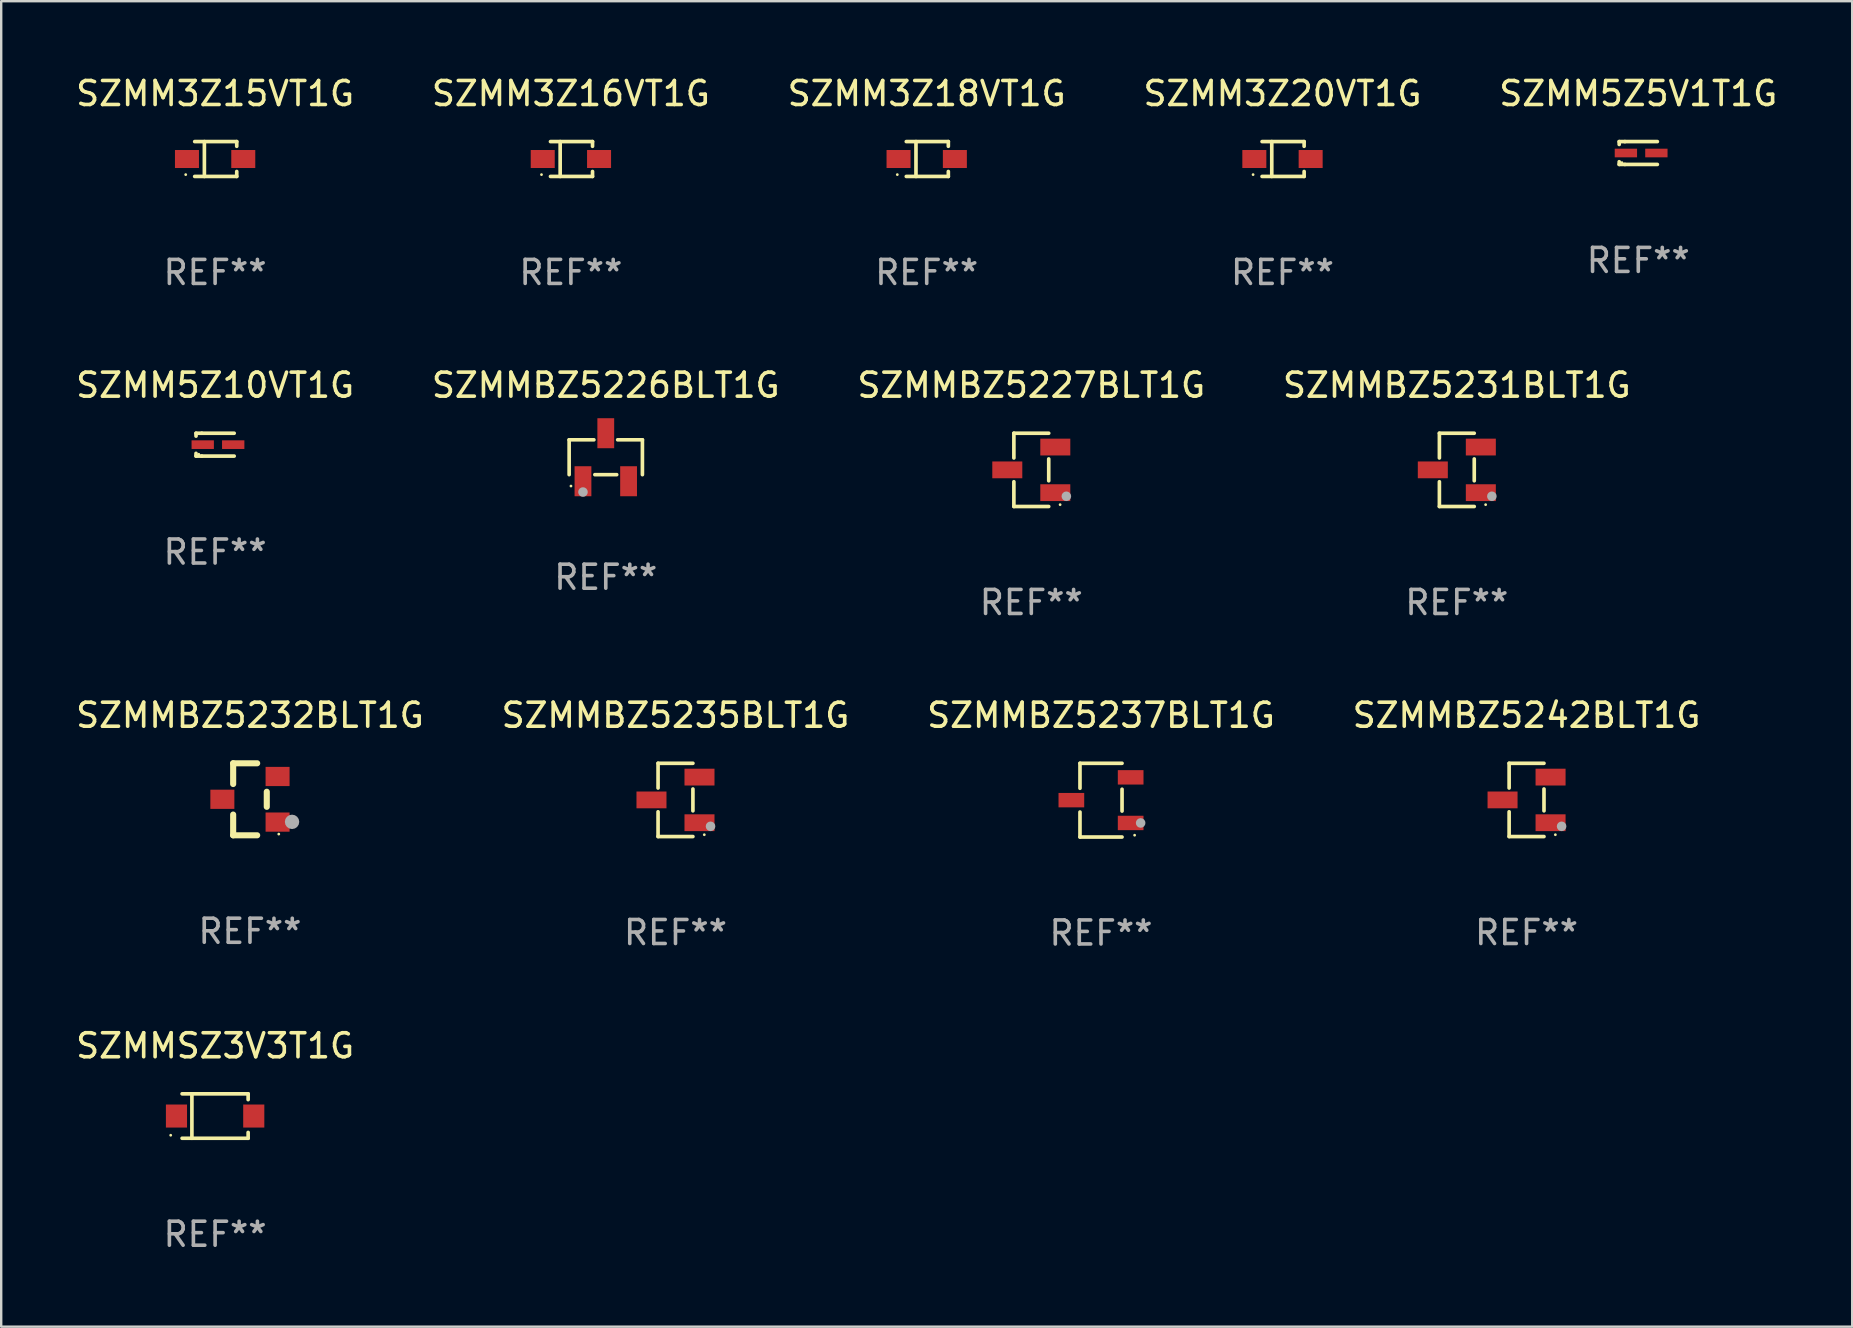
<source format=kicad_pcb>
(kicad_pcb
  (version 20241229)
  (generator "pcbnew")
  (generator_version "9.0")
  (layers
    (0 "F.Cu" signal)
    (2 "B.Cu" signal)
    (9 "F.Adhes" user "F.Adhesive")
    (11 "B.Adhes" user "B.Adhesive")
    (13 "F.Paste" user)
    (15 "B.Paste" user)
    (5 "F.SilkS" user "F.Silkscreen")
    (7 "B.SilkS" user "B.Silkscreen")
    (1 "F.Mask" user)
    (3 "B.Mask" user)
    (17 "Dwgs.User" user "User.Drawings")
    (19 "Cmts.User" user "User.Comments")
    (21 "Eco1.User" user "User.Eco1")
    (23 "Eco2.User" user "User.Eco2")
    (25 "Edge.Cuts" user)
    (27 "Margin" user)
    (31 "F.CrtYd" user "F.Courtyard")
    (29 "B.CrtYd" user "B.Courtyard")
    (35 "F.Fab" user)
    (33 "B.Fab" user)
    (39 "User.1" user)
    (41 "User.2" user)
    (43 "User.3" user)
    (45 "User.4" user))
  (footprint "SZMM3Z15VT1G"
    (layer "F.Cu")
    (at 5.911 3.574)
    (property "Reference" "SZMM3Z15VT1G" (at 0 -2.726 0) (layer "F.SilkS") (effects (font (size 1 1) (thickness 0.15))))
    (attr through_hole)
    (fp_line (start -0.851 -0.726) (end 0.901 -0.726) (stroke (width 0.152) (type solid)) (layer "F.SilkS"))
    (fp_line (start -0.851 0.726) (end 0.901 0.726) (stroke (width 0.152) (type solid)) (layer "F.SilkS"))
    (fp_line (start -0.447 -0.726) (end -0.447 0.726) (stroke (width 0.152) (type solid)) (layer "F.SilkS"))
    (fp_line (start 0.901 -0.726) (end 0.901 -0.53) (stroke (width 0.152) (type solid)) (layer "F.SilkS"))
    (fp_line (start 0.901 0.726) (end 0.901 0.52) (stroke (width 0.152) (type solid)) (layer "F.SilkS"))
    (fp_circle (center -1.225 0.65) (end -1.195 0.65) (stroke (width 0.06) (type solid)) (fill no) (layer "F.SilkS"))
    (fp_text user "REF**" (at 0 4.726 0) (layer "F.Fab") (effects (font (size 1 1) (thickness 0.15))))
    (pad "1" smd rect (at -1.173 0) (size 1 0.75) (layers "F.Cu" "F.Mask" "F.Paste"))
    (pad "2" smd rect (at 1.173 0) (size 1 0.75) (layers "F.Cu" "F.Mask" "F.Paste")))
  (footprint "SZMMBZ5226BLT1G"
    (layer "F.Cu")
    (at 22.185 15.997)
    (property "Reference" "SZMMBZ5226BLT1G" (at 0 -3 0) (layer "F.SilkS") (effects (font (size 1 1) (thickness 0.15))))
    (attr through_hole)
    (fp_line (start -1.526 -0.726) (end -0.495 -0.726) (stroke (width 0.152) (type solid)) (layer "F.SilkS"))
    (fp_line (start -1.526 0.726) (end -1.526 -0.726) (stroke (width 0.152) (type solid)) (layer "F.SilkS"))
    (fp_line (start 0.455 0.726) (end -0.455 0.726) (stroke (width 0.152) (type solid)) (layer "F.SilkS"))
    (fp_line (start 1.526 -0.726) (end 0.495 -0.726) (stroke (width 0.152) (type solid)) (layer "F.SilkS"))
    (fp_line (start 1.526 0.726) (end 1.526 -0.726) (stroke (width 0.152) (type solid)) (layer "F.SilkS"))
    (fp_circle (center -1.45 1.2) (end -1.42 1.2) (stroke (width 0.06) (type solid)) (fill no) (layer "F.SilkS"))
    (fp_circle (center -0.95 1.45) (end -0.85 1.45) (stroke (width 0.2) (type solid)) (fill no) (layer "F.Fab"))
    (fp_text user "REF**" (at 0 5 0) (layer "F.Fab") (effects (font (size 1 1) (thickness 0.15))))
    (pad "1" smd rect (at -0.95 1 270) (size 1.25 0.7) (layers "F.Cu" "F.Mask" "F.Paste"))
    (pad "2" smd rect (at 0.95 1 270) (size 1.25 0.7) (layers "F.Cu" "F.Mask" "F.Paste"))
    (pad "3" smd rect (at 0 -1 270) (size 1.25 0.7) (layers "F.Cu" "F.Mask" "F.Paste")))
  (footprint "SZMMBZ5242BLT1G"
    (layer "F.Cu")
    (at 60.542 30.272)
    (property "Reference" "SZMMBZ5242BLT1G" (at 0 -3.526 0) (layer "F.SilkS") (effects (font (size 1 1) (thickness 0.15))))
    (attr through_hole)
    (fp_line (start -0.726 -1.526) (end -0.726 -0.495) (stroke (width 0.152) (type solid)) (layer "F.SilkS"))
    (fp_line (start -0.726 1.526) (end -0.726 0.495) (stroke (width 0.152) (type solid)) (layer "F.SilkS"))
    (fp_line (start 0.726 -1.526) (end -0.726 -1.526) (stroke (width 0.152) (type solid)) (layer "F.SilkS"))
    (fp_line (start 0.726 -0.455) (end 0.726 0.455) (stroke (width 0.152) (type solid)) (layer "F.SilkS"))
    (fp_line (start 0.726 1.526) (end -0.726 1.526) (stroke (width 0.152) (type solid)) (layer "F.SilkS"))
    (fp_circle (center 1.2 1.45) (end 1.23 1.45) (stroke (width 0.06) (type solid)) (fill no) (layer "F.SilkS"))
    (fp_circle (center 1.46 1.1) (end 1.56 1.1) (stroke (width 0.2) (type solid)) (fill no) (layer "F.Fab"))
    (fp_text user "REF**" (at 0 5.526 0) (layer "F.Fab") (effects (font (size 1 1) (thickness 0.15))))
    (pad "1" smd rect (at 1 0.95) (size 1.25 0.7) (layers "F.Cu" "F.Mask" "F.Paste"))
    (pad "2" smd rect (at 1 -0.95) (size 1.25 0.7) (layers "F.Cu" "F.Mask" "F.Paste"))
    (pad "3" smd rect (at -1 0) (size 1.25 0.7) (layers "F.Cu" "F.Mask" "F.Paste")))
  (footprint "SZMMBZ5227BLT1G"
    (layer "F.Cu")
    (at 39.911 16.523)
    (property "Reference" "SZMMBZ5227BLT1G" (at 0 -3.526 0) (layer "F.SilkS") (effects (font (size 1 1) (thickness 0.15))))
    (attr through_hole)
    (fp_line (start -0.726 -1.526) (end -0.726 -0.495) (stroke (width 0.152) (type solid)) (layer "F.SilkS"))
    (fp_line (start -0.726 1.526) (end -0.726 0.495) (stroke (width 0.152) (type solid)) (layer "F.SilkS"))
    (fp_line (start 0.726 -1.526) (end -0.726 -1.526) (stroke (width 0.152) (type solid)) (layer "F.SilkS"))
    (fp_line (start 0.726 -0.455) (end 0.726 0.455) (stroke (width 0.152) (type solid)) (layer "F.SilkS"))
    (fp_line (start 0.726 1.526) (end -0.726 1.526) (stroke (width 0.152) (type solid)) (layer "F.SilkS"))
    (fp_circle (center 1.2 1.45) (end 1.23 1.45) (stroke (width 0.06) (type solid)) (fill no) (layer "F.SilkS"))
    (fp_circle (center 1.46 1.1) (end 1.56 1.1) (stroke (width 0.2) (type solid)) (fill no) (layer "F.Fab"))
    (fp_text user "REF**" (at 0 5.526 0) (layer "F.Fab") (effects (font (size 1 1) (thickness 0.15))))
    (pad "1" smd rect (at 1 0.95) (size 1.25 0.7) (layers "F.Cu" "F.Mask" "F.Paste"))
    (pad "2" smd rect (at 1 -0.95) (size 1.25 0.7) (layers "F.Cu" "F.Mask" "F.Paste"))
    (pad "3" smd rect (at -1 0) (size 1.25 0.7) (layers "F.Cu" "F.Mask" "F.Paste")))
  (footprint "SZMMBZ5231BLT1G"
    (layer "F.Cu")
    (at 57.637 16.523)
    (property "Reference" "SZMMBZ5231BLT1G" (at 0 -3.526 0) (layer "F.SilkS") (effects (font (size 1 1) (thickness 0.15))))
    (attr through_hole)
    (fp_line (start -0.726 -1.526) (end -0.726 -0.495) (stroke (width 0.152) (type solid)) (layer "F.SilkS"))
    (fp_line (start -0.726 1.526) (end -0.726 0.495) (stroke (width 0.152) (type solid)) (layer "F.SilkS"))
    (fp_line (start 0.726 -1.526) (end -0.726 -1.526) (stroke (width 0.152) (type solid)) (layer "F.SilkS"))
    (fp_line (start 0.726 -0.455) (end 0.726 0.455) (stroke (width 0.152) (type solid)) (layer "F.SilkS"))
    (fp_line (start 0.726 1.526) (end -0.726 1.526) (stroke (width 0.152) (type solid)) (layer "F.SilkS"))
    (fp_circle (center 1.2 1.45) (end 1.23 1.45) (stroke (width 0.06) (type solid)) (fill no) (layer "F.SilkS"))
    (fp_circle (center 1.46 1.1) (end 1.56 1.1) (stroke (width 0.2) (type solid)) (fill no) (layer "F.Fab"))
    (fp_text user "REF**" (at 0 5.526 0) (layer "F.Fab") (effects (font (size 1 1) (thickness 0.15))))
    (pad "1" smd rect (at 1 0.95) (size 1.25 0.7) (layers "F.Cu" "F.Mask" "F.Paste"))
    (pad "2" smd rect (at 1 -0.95) (size 1.25 0.7) (layers "F.Cu" "F.Mask" "F.Paste"))
    (pad "3" smd rect (at -1 0) (size 1.25 0.7) (layers "F.Cu" "F.Mask" "F.Paste")))
  (footprint "SZMM5Z5V1T1G"
    (layer "F.Cu")
    (at 65.196 3.324)
    (property "Reference" "SZMM5Z5V1T1G" (at 0 -2.476 0) (layer "F.SilkS") (effects (font (size 1 1) (thickness 0.15))))
    (attr through_hole)
    (fp_line (start -0.795 -0.476) (end -0.795 -0.356) (stroke (width 0.152) (type solid)) (layer "F.SilkS"))
    (fp_line (start -0.795 0.363) (end -0.795 0.476) (stroke (width 0.152) (type solid)) (layer "F.SilkS"))
    (fp_line (start -0.795 0.476) (end -0.557 0.476) (stroke (width 0.152) (type solid)) (layer "F.SilkS"))
    (fp_line (start -0.557 -0.476) (end -0.795 -0.476) (stroke (width 0.152) (type solid)) (layer "F.SilkS"))
    (fp_line (start -0.557 -0.476) (end 0.795 -0.476) (stroke (width 0.152) (type solid)) (layer "F.SilkS"))
    (fp_line (start -0.557 0.476) (end 0.795 0.476) (stroke (width 0.152) (type solid)) (layer "F.SilkS"))
    (fp_circle (center -0.681 0.4) (end -0.651 0.4) (stroke (width 0.06) (type solid)) (fill no) (layer "F.SilkS"))
    (fp_text user "REF**" (at 0 4.476 0) (layer "F.Fab") (effects (font (size 1 1) (thickness 0.15))))
    (pad "1" smd rect (at -0.516 0 180) (size 0.93 0.36) (layers "F.Cu" "F.Mask" "F.Paste"))
    (pad "2" smd rect (at 0.754 0 180) (size 0.93 0.36) (layers "F.Cu" "F.Mask" "F.Paste")))
  (footprint "SZMM3Z16VT1G"
    (layer "F.Cu")
    (at 20.732 3.574)
    (property "Reference" "SZMM3Z16VT1G" (at 0 -2.726 0) (layer "F.SilkS") (effects (font (size 1 1) (thickness 0.15))))
    (attr through_hole)
    (fp_line (start -0.851 -0.726) (end 0.901 -0.726) (stroke (width 0.152) (type solid)) (layer "F.SilkS"))
    (fp_line (start -0.851 0.726) (end 0.901 0.726) (stroke (width 0.152) (type solid)) (layer "F.SilkS"))
    (fp_line (start -0.447 -0.726) (end -0.447 0.726) (stroke (width 0.152) (type solid)) (layer "F.SilkS"))
    (fp_line (start 0.901 -0.726) (end 0.901 -0.53) (stroke (width 0.152) (type solid)) (layer "F.SilkS"))
    (fp_line (start 0.901 0.726) (end 0.901 0.52) (stroke (width 0.152) (type solid)) (layer "F.SilkS"))
    (fp_circle (center -1.225 0.65) (end -1.195 0.65) (stroke (width 0.06) (type solid)) (fill no) (layer "F.SilkS"))
    (fp_text user "REF**" (at 0 4.726 0) (layer "F.Fab") (effects (font (size 1 1) (thickness 0.15))))
    (pad "1" smd rect (at -1.173 0) (size 1 0.75) (layers "F.Cu" "F.Mask" "F.Paste"))
    (pad "2" smd rect (at 1.173 0) (size 1 0.75) (layers "F.Cu" "F.Mask" "F.Paste")))
  (footprint "SZMMBZ5232BLT1G"
    (layer "F.Cu")
    (at 7.363 30.246)
    (property "Reference" "SZMMBZ5232BLT1G" (at 0 -3.5 0) (layer "F.SilkS") (effects (font (size 1 1) (thickness 0.15))))
    (attr through_hole)
    (fp_line (start -0.7 -1.5) (end 0.3 -1.5) (stroke (width 0.254) (type solid)) (layer "F.SilkS"))
    (fp_line (start -0.7 -0.636) (end -0.7 -1.5) (stroke (width 0.254) (type solid)) (layer "F.SilkS"))
    (fp_line (start -0.7 1.5) (end -0.7 0.636) (stroke (width 0.254) (type solid)) (layer "F.SilkS"))
    (fp_line (start -0.7 1.5) (end 0.3 1.5) (stroke (width 0.254) (type solid)) (layer "F.SilkS"))
    (fp_line (start 0.7 0.314) (end 0.7 -0.314) (stroke (width 0.254) (type solid)) (layer "F.SilkS"))
    (fp_circle (center 1.2 1.45) (end 1.23 1.45) (stroke (width 0.06) (type solid)) (fill no) (layer "F.SilkS"))
    (fp_circle (center 1.753 0.94) (end 1.903 0.94) (stroke (width 0.3) (type solid)) (fill no) (layer "F.Fab"))
    (fp_text user "REF**" (at 0 5.5 0) (layer "F.Fab") (effects (font (size 1 1) (thickness 0.15))))
    (pad "1" smd rect (at 1.15 0.95 180) (size 1 0.8) (layers "F.Cu" "F.Mask" "F.Paste"))
    (pad "2" smd rect (at 1.15 -0.95 180) (size 1 0.8) (layers "F.Cu" "F.Mask" "F.Paste"))
    (pad "3" smd rect (at -1.15 -0.000051 180) (size 1 0.8) (layers "F.Cu" "F.Mask" "F.Paste")))
  (footprint "SZMMSZ3V3T1G"
    (layer "F.Cu")
    (at 5.911 43.441)
    (property "Reference" "SZMMSZ3V3T1G" (at 0 -2.926 0) (layer "F.SilkS") (effects (font (size 1 1) (thickness 0.15))))
    (attr through_hole)
    (fp_line (start -1.376 -0.926) (end 1.376 -0.926) (stroke (width 0.152) (type solid)) (layer "F.SilkS"))
    (fp_line (start -1.376 0.926) (end 1.376 0.926) (stroke (width 0.152) (type solid)) (layer "F.SilkS"))
    (fp_line (start -0.967 -0.926) (end -0.967 0.926) (stroke (width 0.152) (type solid)) (layer "F.SilkS"))
    (fp_line (start 1.376 -0.926) (end 1.376 -0.683) (stroke (width 0.152) (type solid)) (layer "F.SilkS"))
    (fp_line (start 1.376 0.926) (end 1.376 0.683) (stroke (width 0.152) (type solid)) (layer "F.SilkS"))
    (fp_circle (center -1.85 0.8) (end -1.82 0.8) (stroke (width 0.06) (type solid)) (fill no) (layer "F.SilkS"))
    (fp_text user "REF**" (at 0 4.926 0) (layer "F.Fab") (effects (font (size 1 1) (thickness 0.15))))
    (pad "1" smd rect (at -1.61 0) (size 0.88 0.96) (layers "F.Cu" "F.Mask" "F.Paste"))
    (pad "2" smd rect (at 1.61 0) (size 0.88 0.96) (layers "F.Cu" "F.Mask" "F.Paste")))
  (footprint "SZMMBZ5237BLT1G"
    (layer "F.Cu")
    (at 42.815 30.282)
    (property "Reference" "SZMMBZ5237BLT1G" (at 0 -3.536 0) (layer "F.SilkS") (effects (font (size 1 1) (thickness 0.15))))
    (attr through_hole)
    (fp_line (start -0.876 -1.536) (end -0.876 -0.495) (stroke (width 0.152) (type solid)) (layer "F.SilkS"))
    (fp_line (start -0.876 1.536) (end -0.876 0.495) (stroke (width 0.152) (type solid)) (layer "F.SilkS"))
    (fp_line (start 0.876 -1.536) (end -0.876 -1.536) (stroke (width 0.152) (type solid)) (layer "F.SilkS"))
    (fp_line (start 0.876 -0.455) (end 0.876 0.455) (stroke (width 0.152) (type solid)) (layer "F.SilkS"))
    (fp_line (start 0.876 1.536) (end -0.876 1.536) (stroke (width 0.152) (type solid)) (layer "F.SilkS"))
    (fp_circle (center 1.4 1.46) (end 1.43 1.46) (stroke (width 0.06) (type solid)) (fill no) (layer "F.SilkS"))
    (fp_circle (center 1.651 0.95) (end 1.751 0.95) (stroke (width 0.2) (type solid)) (fill no) (layer "F.Fab"))
    (fp_text user "REF**" (at 0 5.536 0) (layer "F.Fab") (effects (font (size 1 1) (thickness 0.15))))
    (pad "1" smd rect (at 1.235 0.95) (size 1.07 0.6) (layers "F.Cu" "F.Mask" "F.Paste"))
    (pad "2" smd rect (at 1.235 -0.95) (size 1.07 0.6) (layers "F.Cu" "F.Mask" "F.Paste"))
    (pad "3" smd rect (at -1.235 0) (size 1.07 0.6) (layers "F.Cu" "F.Mask" "F.Paste")))
  (footprint "SZMM3Z18VT1G"
    (layer "F.Cu")
    (at 35.554 3.574)
    (property "Reference" "SZMM3Z18VT1G" (at 0 -2.726 0) (layer "F.SilkS") (effects (font (size 1 1) (thickness 0.15))))
    (attr through_hole)
    (fp_line (start -0.851 -0.726) (end 0.901 -0.726) (stroke (width 0.152) (type solid)) (layer "F.SilkS"))
    (fp_line (start -0.851 0.726) (end 0.901 0.726) (stroke (width 0.152) (type solid)) (layer "F.SilkS"))
    (fp_line (start -0.447 -0.726) (end -0.447 0.726) (stroke (width 0.152) (type solid)) (layer "F.SilkS"))
    (fp_line (start 0.901 -0.726) (end 0.901 -0.53) (stroke (width 0.152) (type solid)) (layer "F.SilkS"))
    (fp_line (start 0.901 0.726) (end 0.901 0.52) (stroke (width 0.152) (type solid)) (layer "F.SilkS"))
    (fp_circle (center -1.225 0.65) (end -1.195 0.65) (stroke (width 0.06) (type solid)) (fill no) (layer "F.SilkS"))
    (fp_text user "REF**" (at 0 4.726 0) (layer "F.Fab") (effects (font (size 1 1) (thickness 0.15))))
    (pad "1" smd rect (at -1.173 0) (size 1 0.75) (layers "F.Cu" "F.Mask" "F.Paste"))
    (pad "2" smd rect (at 1.173 0) (size 1 0.75) (layers "F.Cu" "F.Mask" "F.Paste")))
  (footprint "SZMM3Z20VT1G"
    (layer "F.Cu")
    (at 50.375 3.574)
    (property "Reference" "SZMM3Z20VT1G" (at 0 -2.726 0) (layer "F.SilkS") (effects (font (size 1 1) (thickness 0.15))))
    (attr through_hole)
    (fp_line (start -0.851 -0.726) (end 0.901 -0.726) (stroke (width 0.152) (type solid)) (layer "F.SilkS"))
    (fp_line (start -0.851 0.726) (end 0.901 0.726) (stroke (width 0.152) (type solid)) (layer "F.SilkS"))
    (fp_line (start -0.447 -0.726) (end -0.447 0.726) (stroke (width 0.152) (type solid)) (layer "F.SilkS"))
    (fp_line (start 0.901 -0.726) (end 0.901 -0.53) (stroke (width 0.152) (type solid)) (layer "F.SilkS"))
    (fp_line (start 0.901 0.726) (end 0.901 0.52) (stroke (width 0.152) (type solid)) (layer "F.SilkS"))
    (fp_circle (center -1.225 0.65) (end -1.195 0.65) (stroke (width 0.06) (type solid)) (fill no) (layer "F.SilkS"))
    (fp_text user "REF**" (at 0 4.726 0) (layer "F.Fab") (effects (font (size 1 1) (thickness 0.15))))
    (pad "1" smd rect (at -1.173 0) (size 1 0.75) (layers "F.Cu" "F.Mask" "F.Paste"))
    (pad "2" smd rect (at 1.173 0) (size 1 0.75) (layers "F.Cu" "F.Mask" "F.Paste")))
  (footprint "SZMM5Z10VT1G"
    (layer "F.Cu")
    (at 5.911 15.473)
    (property "Reference" "SZMM5Z10VT1G" (at 0 -2.476 0) (layer "F.SilkS") (effects (font (size 1 1) (thickness 0.15))))
    (attr through_hole)
    (fp_line (start -0.795 -0.476) (end -0.795 -0.356) (stroke (width 0.152) (type solid)) (layer "F.SilkS"))
    (fp_line (start -0.795 0.363) (end -0.795 0.476) (stroke (width 0.152) (type solid)) (layer "F.SilkS"))
    (fp_line (start -0.795 0.476) (end -0.557 0.476) (stroke (width 0.152) (type solid)) (layer "F.SilkS"))
    (fp_line (start -0.557 -0.476) (end -0.795 -0.476) (stroke (width 0.152) (type solid)) (layer "F.SilkS"))
    (fp_line (start -0.557 -0.476) (end 0.795 -0.476) (stroke (width 0.152) (type solid)) (layer "F.SilkS"))
    (fp_line (start -0.557 0.476) (end 0.795 0.476) (stroke (width 0.152) (type solid)) (layer "F.SilkS"))
    (fp_circle (center -0.681 0.4) (end -0.651 0.4) (stroke (width 0.06) (type solid)) (fill no) (layer "F.SilkS"))
    (fp_text user "REF**" (at 0 4.476 0) (layer "F.Fab") (effects (font (size 1 1) (thickness 0.15))))
    (pad "1" smd rect (at -0.516 0 180) (size 0.93 0.36) (layers "F.Cu" "F.Mask" "F.Paste"))
    (pad "2" smd rect (at 0.754 0 180) (size 0.93 0.36) (layers "F.Cu" "F.Mask" "F.Paste")))
  (footprint "SZMMBZ5235BLT1G"
    (layer "F.Cu")
    (at 25.089 30.272)
    (property "Reference" "SZMMBZ5235BLT1G" (at 0 -3.526 0) (layer "F.SilkS") (effects (font (size 1 1) (thickness 0.15))))
    (attr through_hole)
    (fp_line (start -0.726 -1.526) (end -0.726 -0.495) (stroke (width 0.152) (type solid)) (layer "F.SilkS"))
    (fp_line (start -0.726 1.526) (end -0.726 0.495) (stroke (width 0.152) (type solid)) (layer "F.SilkS"))
    (fp_line (start 0.726 -1.526) (end -0.726 -1.526) (stroke (width 0.152) (type solid)) (layer "F.SilkS"))
    (fp_line (start 0.726 -0.455) (end 0.726 0.455) (stroke (width 0.152) (type solid)) (layer "F.SilkS"))
    (fp_line (start 0.726 1.526) (end -0.726 1.526) (stroke (width 0.152) (type solid)) (layer "F.SilkS"))
    (fp_circle (center 1.2 1.45) (end 1.23 1.45) (stroke (width 0.06) (type solid)) (fill no) (layer "F.SilkS"))
    (fp_circle (center 1.46 1.1) (end 1.56 1.1) (stroke (width 0.2) (type solid)) (fill no) (layer "F.Fab"))
    (fp_text user "REF**" (at 0 5.526 0) (layer "F.Fab") (effects (font (size 1 1) (thickness 0.15))))
    (pad "1" smd rect (at 1 0.95) (size 1.25 0.7) (layers "F.Cu" "F.Mask" "F.Paste"))
    (pad "2" smd rect (at 1 -0.95) (size 1.25 0.7) (layers "F.Cu" "F.Mask" "F.Paste"))
    (pad "3" smd rect (at -1 0) (size 1.25 0.7) (layers "F.Cu" "F.Mask" "F.Paste")))
  (gr_rect
    (start -3 -3)
    (end 74.107 52.216)
    (stroke (width 0.1) (type default))
    (fill no)
    (layer "Edge.Cuts")))
</source>
